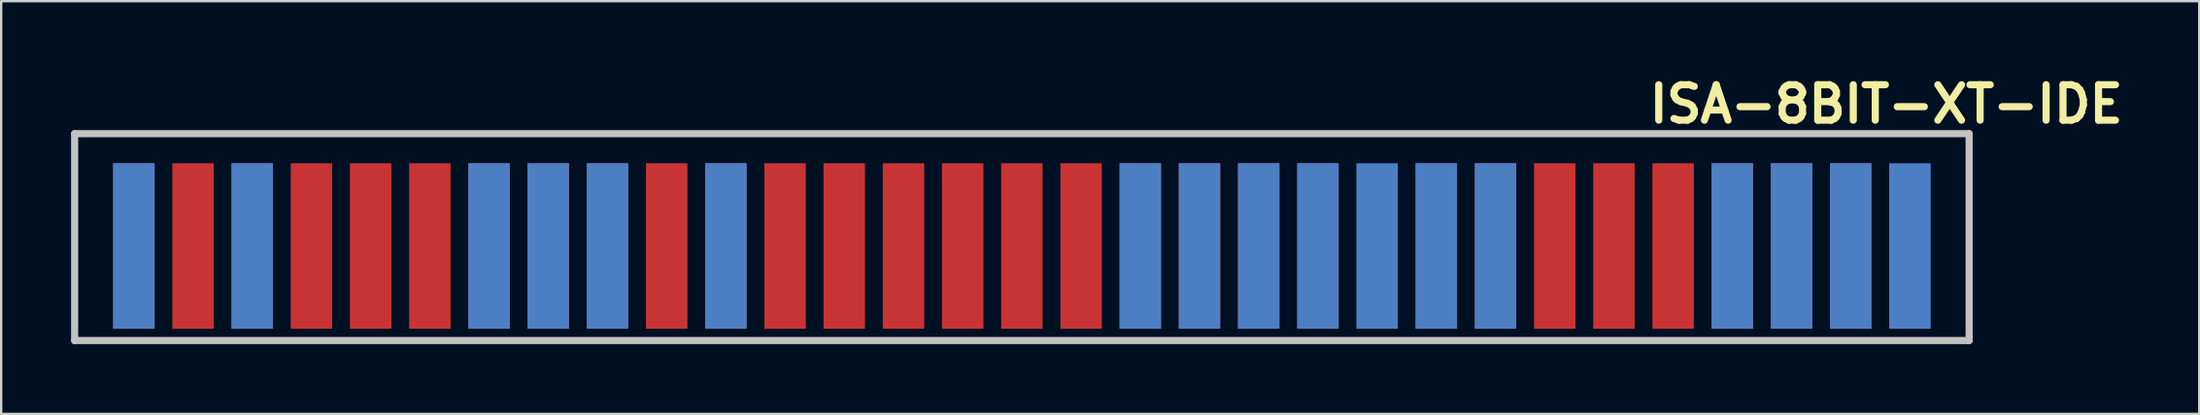
<source format=kicad_pcb>
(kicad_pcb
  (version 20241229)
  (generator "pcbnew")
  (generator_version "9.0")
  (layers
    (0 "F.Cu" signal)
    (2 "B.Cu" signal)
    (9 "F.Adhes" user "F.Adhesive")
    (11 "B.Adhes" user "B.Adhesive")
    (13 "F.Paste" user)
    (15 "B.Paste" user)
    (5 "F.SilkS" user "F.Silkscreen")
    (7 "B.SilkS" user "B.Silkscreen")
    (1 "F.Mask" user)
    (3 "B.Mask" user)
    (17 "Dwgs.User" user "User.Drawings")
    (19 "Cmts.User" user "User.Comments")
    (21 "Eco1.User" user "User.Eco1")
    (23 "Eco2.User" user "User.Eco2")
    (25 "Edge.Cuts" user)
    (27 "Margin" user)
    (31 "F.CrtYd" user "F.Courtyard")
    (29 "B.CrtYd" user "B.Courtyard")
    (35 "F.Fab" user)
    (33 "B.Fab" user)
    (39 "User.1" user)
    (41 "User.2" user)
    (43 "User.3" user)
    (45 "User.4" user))
  (footprint "ISA-8BIT-XT-IDE"
    (layer "F.Cu")
    (at 40.792 7.776)
    (property "Reference" "ISA-8BIT-XT-IDE" (at 37.084 -6.35 0) (layer "F.SilkS") (effects (font (size 1.524 1.524) (thickness 0.305))))
    (attr through_hole)
    (fp_line (start -40.64 -5.08) (end 40.64 -5.08) (stroke (width 0.305) (type solid)) (layer "Dwgs.User"))
    (fp_line (start -40.64 3.81) (end -40.64 -5.08) (stroke (width 0.305) (type solid)) (layer "Dwgs.User"))
    (fp_line (start 40.64 -5.08) (end 40.64 3.81) (stroke (width 0.305) (type solid)) (layer "Dwgs.User"))
    (fp_line (start 40.64 3.81) (end -40.64 3.81) (stroke (width 0.305) (type solid)) (layer "Dwgs.User"))
    (pad "1" connect rect (at 38.1 -0.254) (size 1.778 7.112) (layers "B.Cu" "B.Mask"))
    (pad "2" connect rect (at 35.56 -0.254) (size 1.778 7.112) (layers "B.Cu" "B.Mask"))
    (pad "3" connect rect (at 33.02 -0.254) (size 1.778 7.112) (layers "B.Cu" "B.Mask"))
    (pad "4" connect rect (at 30.48 -0.254) (size 1.778 7.112) (layers "B.Cu" "B.Mask"))
    (pad "8" connect rect (at 20.32 -0.254) (size 1.778 7.112) (layers "B.Cu" "B.Mask"))
    (pad "9" connect rect (at 17.78 -0.254) (size 1.778 7.112) (layers "B.Cu" "B.Mask"))
    (pad "10" connect rect (at 15.24 -0.254) (size 1.778 7.112) (layers "B.Cu" "B.Mask"))
    (pad "11" connect rect (at 12.7 -0.254) (size 1.778 7.112) (layers "B.Cu" "B.Mask"))
    (pad "12" connect rect (at 10.16 -0.254) (size 1.778 7.112) (layers "B.Cu" "B.Mask"))
    (pad "13" connect rect (at 7.62 -0.254) (size 1.778 7.112) (layers "B.Cu" "B.Mask"))
    (pad "14" connect rect (at 5.08 -0.254) (size 1.778 7.112) (layers "B.Cu" "B.Mask"))
    (pad "21" connect rect (at -12.7 -0.254) (size 1.778 7.112) (layers "B.Cu" "B.Mask"))
    (pad "23" connect rect (at -17.78 -0.254) (size 1.778 7.112) (layers "B.Cu" "B.Mask"))
    (pad "24" connect rect (at -20.32 -0.254) (size 1.778 7.112) (layers "B.Cu" "B.Mask"))
    (pad "25" connect rect (at -22.86 -0.254) (size 1.778 7.112) (layers "B.Cu" "B.Mask"))
    (pad "29" connect rect (at -33.02 -0.254) (size 1.778 7.112) (layers "B.Cu" "B.Mask"))
    (pad "31" connect rect (at -38.1 -0.254) (size 1.778 7.112) (layers "B.Cu" "B.Mask"))
    (pad "33" connect rect (at 35.56 -0.254) (size 1.778 7.112) (layers "F.Cu" "F.Mask"))
    (pad "34" connect rect (at 33.02 -0.254) (size 1.778 7.112) (layers "F.Cu" "F.Mask"))
    (pad "35" connect rect (at 30.48 -0.254) (size 1.778 7.112) (layers "F.Cu" "F.Mask"))
    (pad "36" connect rect (at 27.94 -0.254) (size 1.778 7.112) (layers "F.Cu" "F.Mask"))
    (pad "37" connect rect (at 25.4 -0.254) (size 1.778 7.112) (layers "F.Cu" "F.Mask"))
    (pad "38" connect rect (at 22.86 -0.254) (size 1.778 7.112) (layers "F.Cu" "F.Mask"))
    (pad "39" connect rect (at 20.32 -0.254) (size 1.778 7.112) (layers "F.Cu" "F.Mask"))
    (pad "40" connect rect (at 17.78 -0.254) (size 1.778 7.112) (layers "F.Cu" "F.Mask"))
    (pad "42" connect rect (at 12.7 -0.254) (size 1.778 7.112) (layers "F.Cu" "F.Mask"))
    (pad "43" connect rect (at 10.16 -0.254) (size 1.778 7.112) (layers "F.Cu" "F.Mask"))
    (pad "44" connect rect (at 7.62 -0.254) (size 1.778 7.112) (layers "F.Cu" "F.Mask"))
    (pad "45" connect rect (at 5.08 -0.254) (size 1.778 7.112) (layers "F.Cu" "F.Mask"))
    (pad "46" connect rect (at 2.54 -0.254) (size 1.778 7.112) (layers "F.Cu" "F.Mask"))
    (pad "47" connect rect (at 0 -0.254) (size 1.778 7.112) (layers "F.Cu" "F.Mask"))
    (pad "48" connect rect (at -2.54 -0.254) (size 1.778 7.112) (layers "F.Cu" "F.Mask"))
    (pad "49" connect rect (at -5.08 -0.254) (size 1.778 7.112) (layers "F.Cu" "F.Mask"))
    (pad "50" connect rect (at -7.62 -0.254) (size 1.778 7.112) (layers "F.Cu" "F.Mask"))
    (pad "51" connect rect (at -10.16 -0.254) (size 1.778 7.112) (layers "F.Cu" "F.Mask"))
    (pad "52" connect rect (at -12.7 -0.254) (size 1.778 7.112) (layers "F.Cu" "F.Mask"))
    (pad "53" connect rect (at -15.24 -0.254) (size 1.778 7.112) (layers "F.Cu" "F.Mask"))
    (pad "54" connect rect (at -17.78 -0.254) (size 1.778 7.112) (layers "F.Cu" "F.Mask"))
    (pad "55" connect rect (at -20.32 -0.254) (size 1.778 7.112) (layers "F.Cu" "F.Mask"))
    (pad "56" connect rect (at -22.86 -0.254) (size 1.778 7.112) (layers "F.Cu" "F.Mask"))
    (pad "57" connect rect (at -25.4 -0.254) (size 1.778 7.112) (layers "F.Cu" "F.Mask"))
    (pad "58" connect rect (at -27.94 -0.254) (size 1.778 7.112) (layers "F.Cu" "F.Mask"))
    (pad "59" connect rect (at -30.48 -0.254) (size 1.778 7.112) (layers "F.Cu" "F.Mask"))
    (pad "60" connect rect (at -33.02 -0.254) (size 1.778 7.112) (layers "F.Cu" "F.Mask"))
    (pad "61" connect rect (at -35.56 -0.254) (size 1.778 7.112) (layers "F.Cu" "F.Mask"))
    (pad "62" connect rect (at -38.1 -0.254) (size 1.778 7.112) (layers "F.Cu" "F.Mask")))
  (gr_rect
    (start -3 -3)
    (end 91.305 14.739)
    (stroke (width 0.1) (type default))
    (fill no)
    (layer "Edge.Cuts")))
</source>
